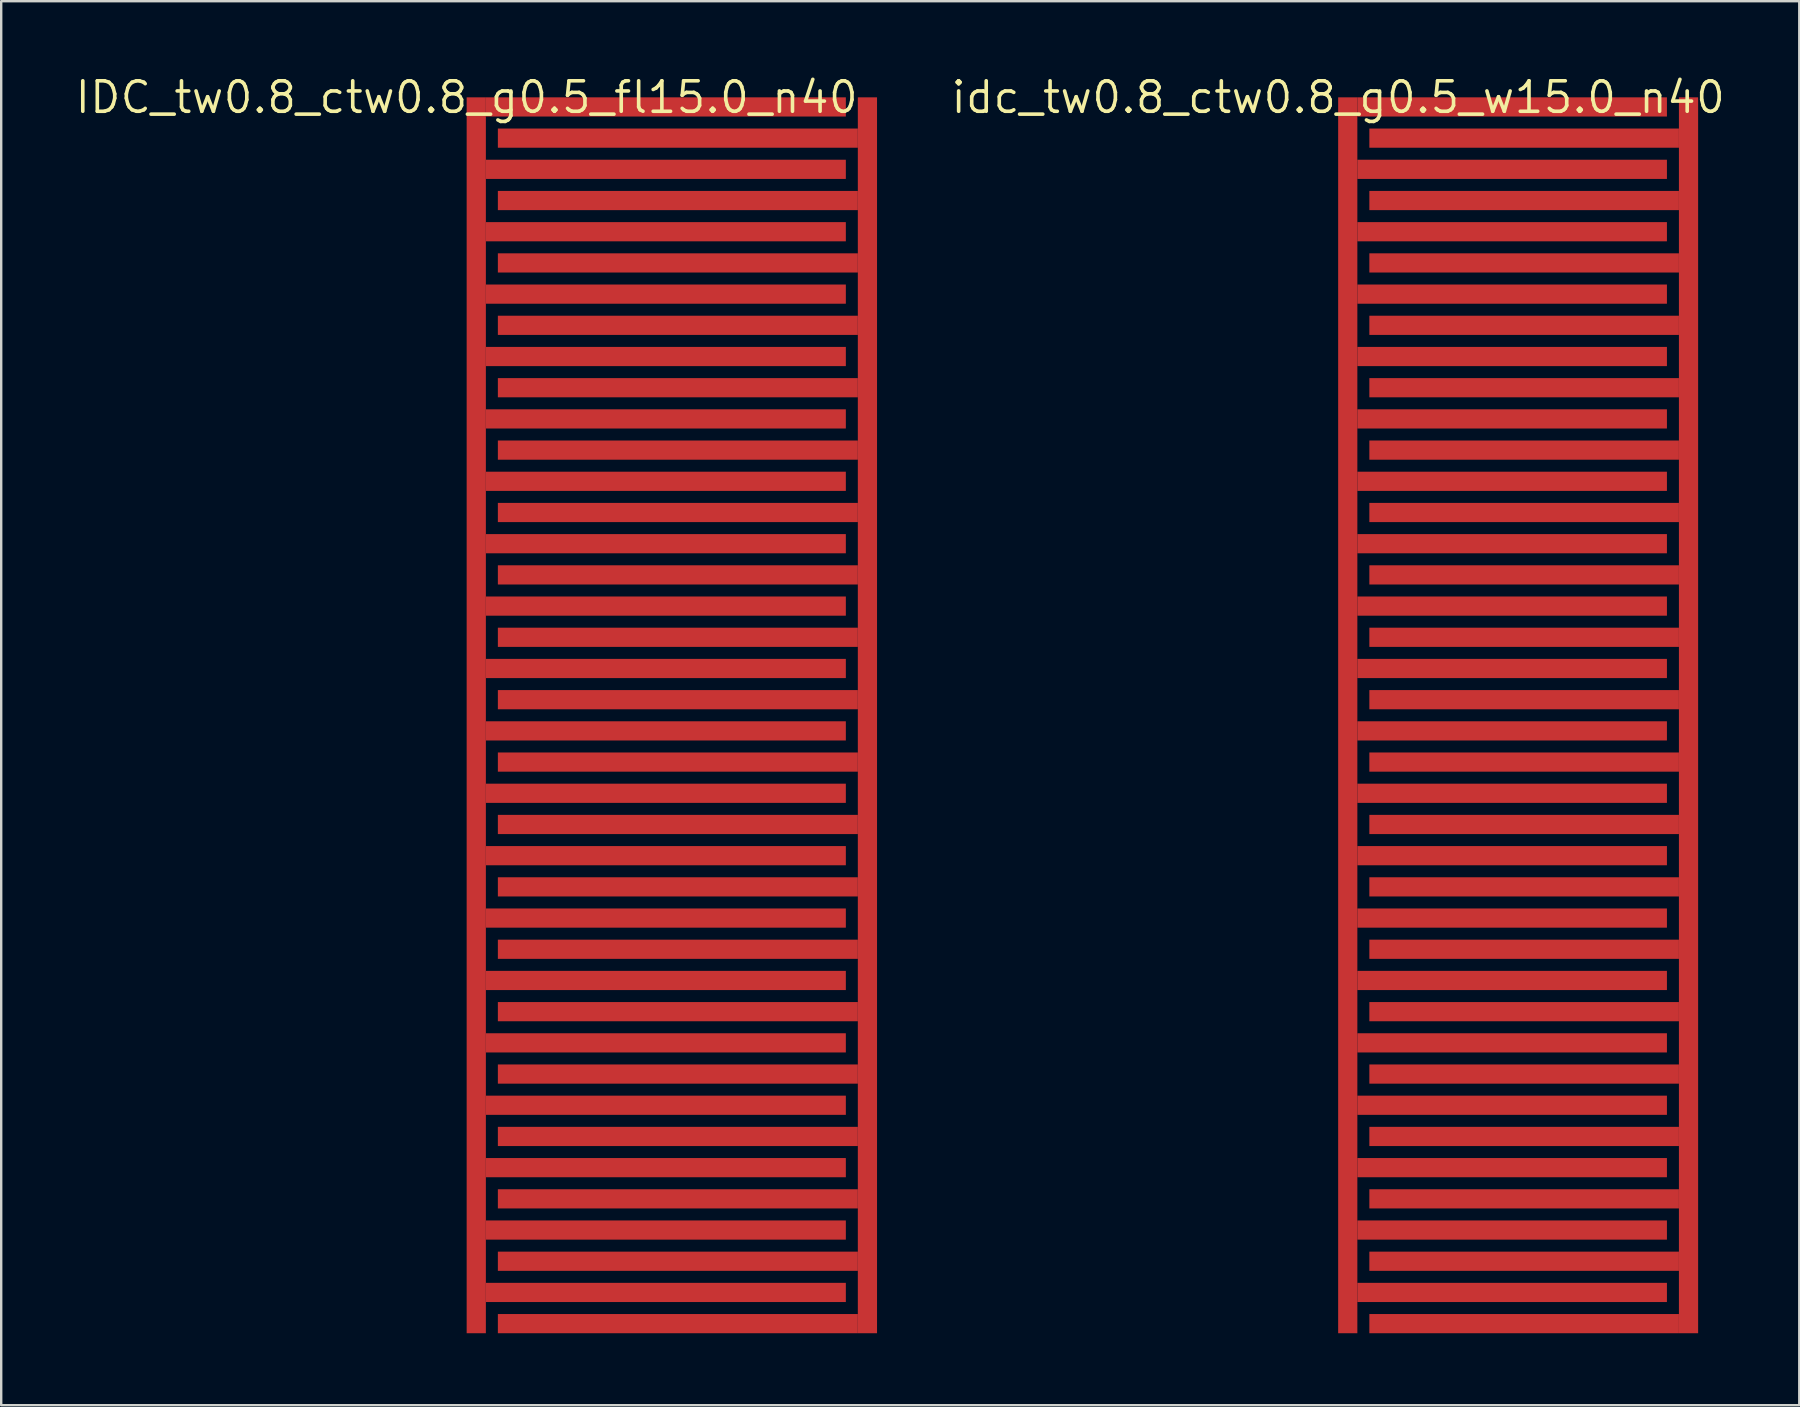
<source format=kicad_pcb>
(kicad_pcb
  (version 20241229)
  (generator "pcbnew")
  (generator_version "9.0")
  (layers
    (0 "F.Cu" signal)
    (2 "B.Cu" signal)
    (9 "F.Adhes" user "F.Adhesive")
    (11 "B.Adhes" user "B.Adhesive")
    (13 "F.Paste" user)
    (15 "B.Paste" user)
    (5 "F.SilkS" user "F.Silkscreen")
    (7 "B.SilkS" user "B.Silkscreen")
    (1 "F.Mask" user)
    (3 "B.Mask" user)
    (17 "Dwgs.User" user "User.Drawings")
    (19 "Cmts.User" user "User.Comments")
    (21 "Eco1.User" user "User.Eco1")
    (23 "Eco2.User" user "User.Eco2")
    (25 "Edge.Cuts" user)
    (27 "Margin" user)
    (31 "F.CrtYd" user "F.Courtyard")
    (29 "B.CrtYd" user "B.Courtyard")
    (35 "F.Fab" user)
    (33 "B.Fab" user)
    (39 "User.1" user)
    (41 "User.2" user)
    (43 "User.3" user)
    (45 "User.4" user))
  (footprint "idc_tw0.8_ctw0.8_g0.5_w15.0_n40"
    (layer "F.Cu")
    (at 52.711 1.006)
    (property "Reference" "idc_tw0.8_ctw0.8_g0.5_w15.0_n40" (at 0 0 0) (layer "F.SilkS") (effects (font (size 1.27 1.27) (thickness 0.15))))
    (attr through_hole)
    (fp_rect (start 0 0) (end 0.8 51.5) (stroke (width 0) (type solid)) (fill yes) (layer "F.Cu"))
    (fp_rect (start 0.8 0) (end 13.7 0.8) (stroke (width 0) (type solid)) (fill yes) (layer "F.Cu"))
    (fp_rect (start 0.8 2.6) (end 13.7 3.4) (stroke (width 0) (type solid)) (fill yes) (layer "F.Cu"))
    (fp_rect (start 0.8 5.2) (end 13.7 6) (stroke (width 0) (type solid)) (fill yes) (layer "F.Cu"))
    (fp_rect (start 0.8 7.8) (end 13.7 8.6) (stroke (width 0) (type solid)) (fill yes) (layer "F.Cu"))
    (fp_rect (start 0.8 10.4) (end 13.7 11.2) (stroke (width 0) (type solid)) (fill yes) (layer "F.Cu"))
    (fp_rect (start 0.8 13) (end 13.7 13.8) (stroke (width 0) (type solid)) (fill yes) (layer "F.Cu"))
    (fp_rect (start 0.8 15.6) (end 13.7 16.4) (stroke (width 0) (type solid)) (fill yes) (layer "F.Cu"))
    (fp_rect (start 0.8 18.2) (end 13.7 19) (stroke (width 0) (type solid)) (fill yes) (layer "F.Cu"))
    (fp_rect (start 0.8 20.8) (end 13.7 21.6) (stroke (width 0) (type solid)) (fill yes) (layer "F.Cu"))
    (fp_rect (start 0.8 23.4) (end 13.7 24.2) (stroke (width 0) (type solid)) (fill yes) (layer "F.Cu"))
    (fp_rect (start 0.8 26) (end 13.7 26.8) (stroke (width 0) (type solid)) (fill yes) (layer "F.Cu"))
    (fp_rect (start 0.8 28.6) (end 13.7 29.4) (stroke (width 0) (type solid)) (fill yes) (layer "F.Cu"))
    (fp_rect (start 0.8 31.2) (end 13.7 32) (stroke (width 0) (type solid)) (fill yes) (layer "F.Cu"))
    (fp_rect (start 0.8 33.8) (end 13.7 34.6) (stroke (width 0) (type solid)) (fill yes) (layer "F.Cu"))
    (fp_rect (start 0.8 36.4) (end 13.7 37.2) (stroke (width 0) (type solid)) (fill yes) (layer "F.Cu"))
    (fp_rect (start 0.8 39) (end 13.7 39.8) (stroke (width 0) (type solid)) (fill yes) (layer "F.Cu"))
    (fp_rect (start 0.8 41.6) (end 13.7 42.4) (stroke (width 0) (type solid)) (fill yes) (layer "F.Cu"))
    (fp_rect (start 0.8 44.2) (end 13.7 45) (stroke (width 0) (type solid)) (fill yes) (layer "F.Cu"))
    (fp_rect (start 0.8 46.8) (end 13.7 47.6) (stroke (width 0) (type solid)) (fill yes) (layer "F.Cu"))
    (fp_rect (start 0.8 49.4) (end 13.7 50.2) (stroke (width 0) (type solid)) (fill yes) (layer "F.Cu"))
    (fp_rect (start 1.3 1.3) (end 14.2 2.1) (stroke (width 0) (type solid)) (fill yes) (layer "F.Cu"))
    (fp_rect (start 1.3 3.9) (end 14.2 4.7) (stroke (width 0) (type solid)) (fill yes) (layer "F.Cu"))
    (fp_rect (start 1.3 6.5) (end 14.2 7.3) (stroke (width 0) (type solid)) (fill yes) (layer "F.Cu"))
    (fp_rect (start 1.3 9.1) (end 14.2 9.9) (stroke (width 0) (type solid)) (fill yes) (layer "F.Cu"))
    (fp_rect (start 1.3 11.7) (end 14.2 12.5) (stroke (width 0) (type solid)) (fill yes) (layer "F.Cu"))
    (fp_rect (start 1.3 14.3) (end 14.2 15.1) (stroke (width 0) (type solid)) (fill yes) (layer "F.Cu"))
    (fp_rect (start 1.3 16.9) (end 14.2 17.7) (stroke (width 0) (type solid)) (fill yes) (layer "F.Cu"))
    (fp_rect (start 1.3 19.5) (end 14.2 20.3) (stroke (width 0) (type solid)) (fill yes) (layer "F.Cu"))
    (fp_rect (start 1.3 22.1) (end 14.2 22.9) (stroke (width 0) (type solid)) (fill yes) (layer "F.Cu"))
    (fp_rect (start 1.3 24.7) (end 14.2 25.5) (stroke (width 0) (type solid)) (fill yes) (layer "F.Cu"))
    (fp_rect (start 1.3 27.3) (end 14.2 28.1) (stroke (width 0) (type solid)) (fill yes) (layer "F.Cu"))
    (fp_rect (start 1.3 29.9) (end 14.2 30.7) (stroke (width 0) (type solid)) (fill yes) (layer "F.Cu"))
    (fp_rect (start 1.3 32.5) (end 14.2 33.3) (stroke (width 0) (type solid)) (fill yes) (layer "F.Cu"))
    (fp_rect (start 1.3 35.1) (end 14.2 35.9) (stroke (width 0) (type solid)) (fill yes) (layer "F.Cu"))
    (fp_rect (start 1.3 37.7) (end 14.2 38.5) (stroke (width 0) (type solid)) (fill yes) (layer "F.Cu"))
    (fp_rect (start 1.3 40.3) (end 14.2 41.1) (stroke (width 0) (type solid)) (fill yes) (layer "F.Cu"))
    (fp_rect (start 1.3 42.9) (end 14.2 43.7) (stroke (width 0) (type solid)) (fill yes) (layer "F.Cu"))
    (fp_rect (start 1.3 45.5) (end 14.2 46.3) (stroke (width 0) (type solid)) (fill yes) (layer "F.Cu"))
    (fp_rect (start 1.3 48.1) (end 14.2 48.9) (stroke (width 0) (type solid)) (fill yes) (layer "F.Cu"))
    (fp_rect (start 1.3 50.7) (end 14.2 51.5) (stroke (width 0) (type solid)) (fill yes) (layer "F.Cu"))
    (fp_rect (start 14.2 0) (end 15 51.5) (stroke (width 0) (type solid)) (fill yes) (layer "F.Cu")))
  (footprint "IDC_tw0.8_ctw0.8_g0.5_fl15.0_n40"
    (layer "F.Cu")
    (at 16.396 1.006)
    (property "Reference" "IDC_tw0.8_ctw0.8_g0.5_fl15.0_n40" (at 0 0 0) (layer "F.SilkS") (effects (font (size 1.27 1.27) (thickness 0.15))))
    (attr through_hole)
    (pad "1" smd rect (at 0.4 25.75) (size 0.8 51.5) (layers "F.Cu"))
    (pad "1" smd rect (at 8.3 0.4) (size 15 0.8) (layers "F.Cu"))
    (pad "1" smd rect (at 8.3 3) (size 15 0.8) (layers "F.Cu"))
    (pad "1" smd rect (at 8.3 5.6) (size 15 0.8) (layers "F.Cu"))
    (pad "1" smd rect (at 8.3 8.2) (size 15 0.8) (layers "F.Cu"))
    (pad "1" smd rect (at 8.3 10.8) (size 15 0.8) (layers "F.Cu"))
    (pad "1" smd rect (at 8.3 13.4) (size 15 0.8) (layers "F.Cu"))
    (pad "1" smd rect (at 8.3 16) (size 15 0.8) (layers "F.Cu"))
    (pad "1" smd rect (at 8.3 18.6) (size 15 0.8) (layers "F.Cu"))
    (pad "1" smd rect (at 8.3 21.2) (size 15 0.8) (layers "F.Cu"))
    (pad "1" smd rect (at 8.3 23.8) (size 15 0.8) (layers "F.Cu"))
    (pad "1" smd rect (at 8.3 26.4) (size 15 0.8) (layers "F.Cu"))
    (pad "1" smd rect (at 8.3 29) (size 15 0.8) (layers "F.Cu"))
    (pad "1" smd rect (at 8.3 31.6) (size 15 0.8) (layers "F.Cu"))
    (pad "1" smd rect (at 8.3 34.2) (size 15 0.8) (layers "F.Cu"))
    (pad "1" smd rect (at 8.3 36.8) (size 15 0.8) (layers "F.Cu"))
    (pad "1" smd rect (at 8.3 39.4) (size 15 0.8) (layers "F.Cu"))
    (pad "1" smd rect (at 8.3 42) (size 15 0.8) (layers "F.Cu"))
    (pad "1" smd rect (at 8.3 44.6) (size 15 0.8) (layers "F.Cu"))
    (pad "1" smd rect (at 8.3 47.2) (size 15 0.8) (layers "F.Cu"))
    (pad "1" smd rect (at 8.3 49.8) (size 15 0.8) (layers "F.Cu"))
    (pad "2" smd rect (at 8.8 1.7) (size 15 0.8) (layers "F.Cu"))
    (pad "2" smd rect (at 8.8 4.3) (size 15 0.8) (layers "F.Cu"))
    (pad "2" smd rect (at 8.8 6.9) (size 15 0.8) (layers "F.Cu"))
    (pad "2" smd rect (at 8.8 9.5) (size 15 0.8) (layers "F.Cu"))
    (pad "2" smd rect (at 8.8 12.1) (size 15 0.8) (layers "F.Cu"))
    (pad "2" smd rect (at 8.8 14.7) (size 15 0.8) (layers "F.Cu"))
    (pad "2" smd rect (at 8.8 17.3) (size 15 0.8) (layers "F.Cu"))
    (pad "2" smd rect (at 8.8 19.9) (size 15 0.8) (layers "F.Cu"))
    (pad "2" smd rect (at 8.8 22.5) (size 15 0.8) (layers "F.Cu"))
    (pad "2" smd rect (at 8.8 25.1) (size 15 0.8) (layers "F.Cu"))
    (pad "2" smd rect (at 8.8 27.7) (size 15 0.8) (layers "F.Cu"))
    (pad "2" smd rect (at 8.8 30.3) (size 15 0.8) (layers "F.Cu"))
    (pad "2" smd rect (at 8.8 32.9) (size 15 0.8) (layers "F.Cu"))
    (pad "2" smd rect (at 8.8 35.5) (size 15 0.8) (layers "F.Cu"))
    (pad "2" smd rect (at 8.8 38.1) (size 15 0.8) (layers "F.Cu"))
    (pad "2" smd rect (at 8.8 40.7) (size 15 0.8) (layers "F.Cu"))
    (pad "2" smd rect (at 8.8 43.3) (size 15 0.8) (layers "F.Cu"))
    (pad "2" smd rect (at 8.8 45.9) (size 15 0.8) (layers "F.Cu"))
    (pad "2" smd rect (at 8.8 48.5) (size 15 0.8) (layers "F.Cu"))
    (pad "2" smd rect (at 8.8 51.1) (size 15 0.8) (layers "F.Cu"))
    (pad "2" smd rect (at 16.7 25.75) (size 0.8 51.5) (layers "F.Cu")))
  (gr_rect
    (start -3 -3)
    (end 71.926 55.506)
    (stroke (width 0.1) (type default))
    (fill no)
    (layer "Edge.Cuts")))
</source>
